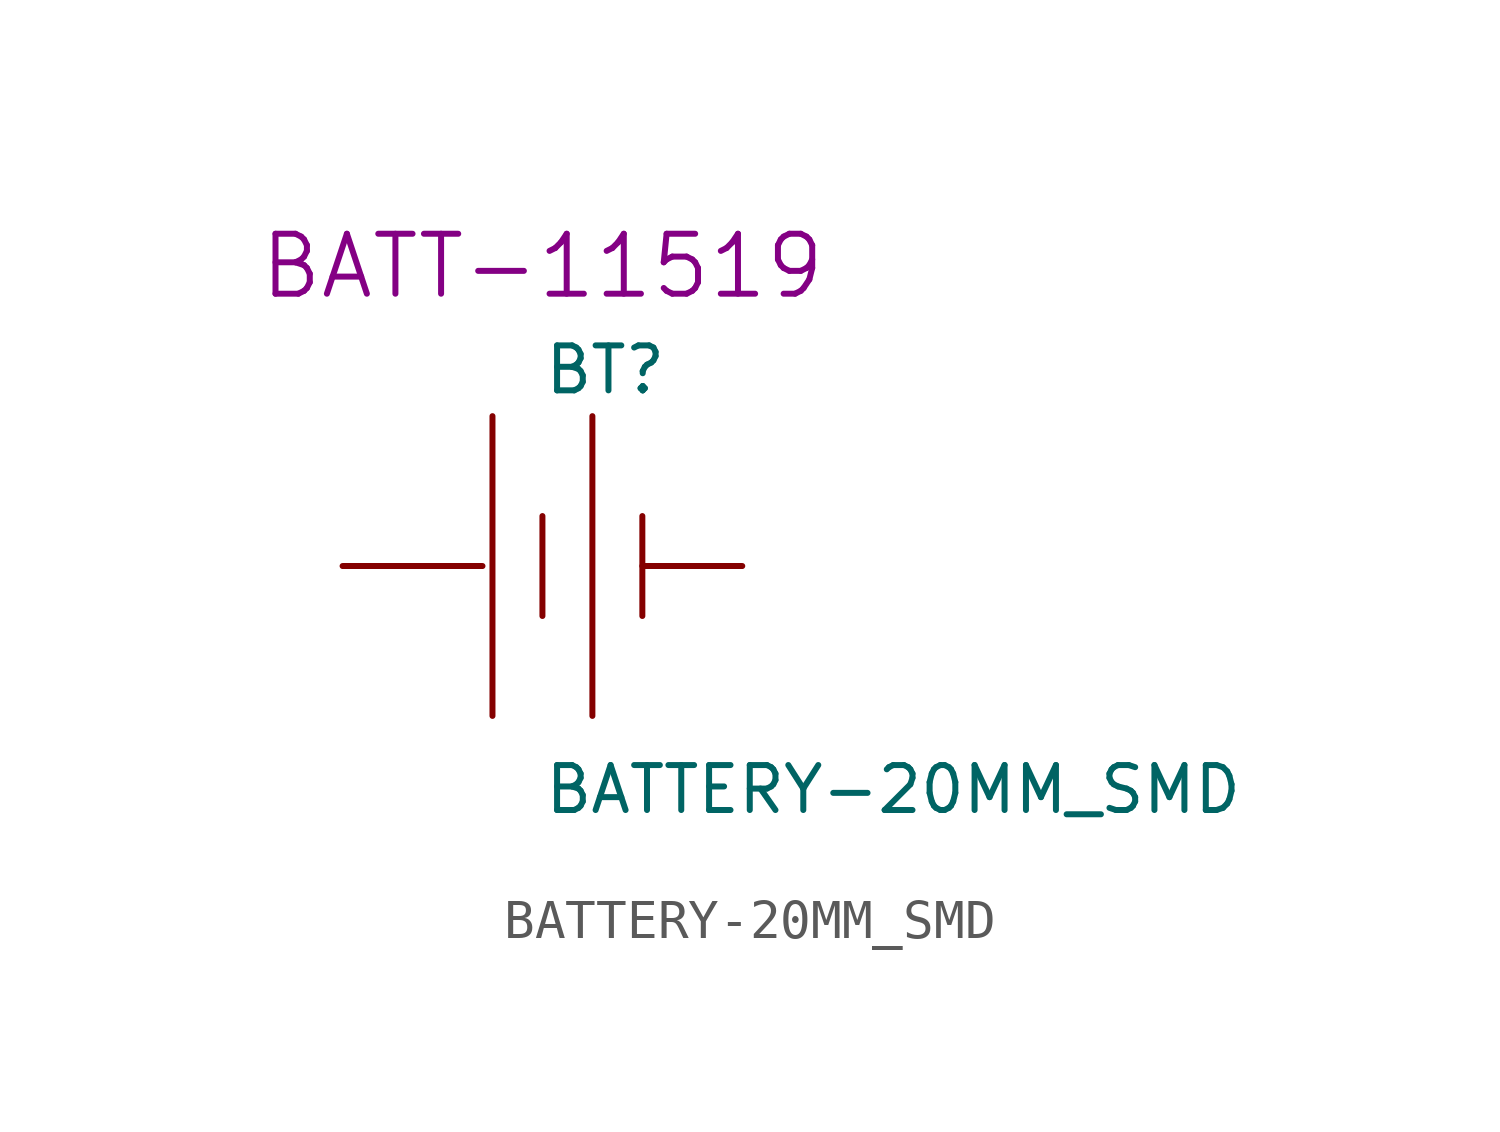
<source format=kicad_sym>
(kicad_symbol_lib
  (version 20220914)
  (generator kicad_symbol_editor)
  (symbol "BATTERY-20MM_SMD"
    (pin_numbers hide)
    (pin_names
      (offset 1.016) hide)
    (property "Reference" "BT"
      (at 0 4.318 0)
      (effects (font (size 1.143 1.143)) (justify left bottom)))
    (property "Value" "BATTERY-20MM_SMD"
      (at 0 -6.35 0)
      (effects (font (size 1.143 1.143)) (justify left bottom)))
    (property "Field4" "BATT-11519"
      (at 0 7.62 0)
      (effects (font (size 1.524 1.524))))
    (property "ki_locked" ""
      (at 0 0 0)
      (effects (font (size 1.27 1.27))))
    (symbol "BATTERY-20MM_SMD_1_0"
      (polyline (pts (xy -2.54 0) (xy -1.524 0)) (stroke (width 0) (type solid)) (fill (type none)))
      (polyline (pts (xy -1.27 3.81) (xy -1.27 -3.81)) (stroke (width 0) (type solid)) (fill (type none)))
      (polyline (pts (xy 0 1.27) (xy 0 -1.27)) (stroke (width 0) (type solid)) (fill (type none)))
      (polyline (pts (xy 1.27 3.81) (xy 1.27 -3.81)) (stroke (width 0) (type solid)) (fill (type none)))
      (polyline (pts (xy 2.54 1.27) (xy 2.54 -1.27)) (stroke (width 0) (type solid)) (fill (type none))))
    (symbol "BATTERY-20MM_SMD_1_1"
      (pin power_in line (at -5.08 0 0) (length 2.54) (name "+" (effects (font (size 1.016 1.016)))) (number "1" (effects (font (size 1.016 1.016)))))
      (pin power_in line (at 5.08 0 180) (length 2.54) (name "-" (effects (font (size 1.016 1.016)))) (number "2" (effects (font (size 1.016 1.016))))))))
</source>
